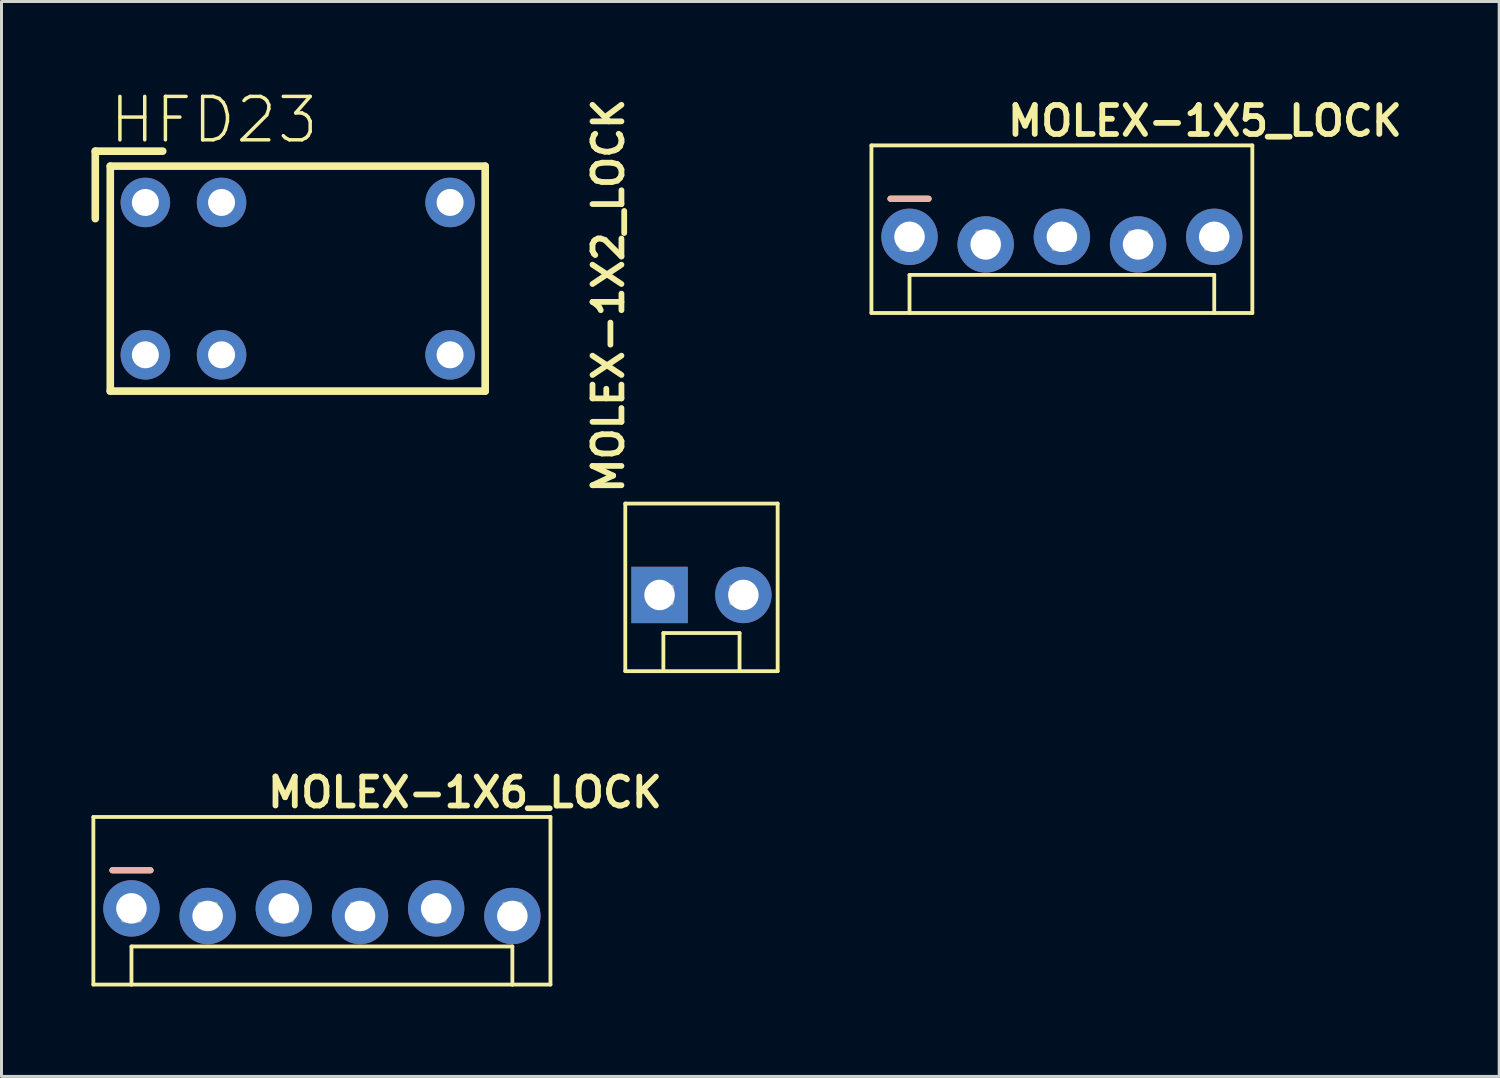
<source format=kicad_pcb>
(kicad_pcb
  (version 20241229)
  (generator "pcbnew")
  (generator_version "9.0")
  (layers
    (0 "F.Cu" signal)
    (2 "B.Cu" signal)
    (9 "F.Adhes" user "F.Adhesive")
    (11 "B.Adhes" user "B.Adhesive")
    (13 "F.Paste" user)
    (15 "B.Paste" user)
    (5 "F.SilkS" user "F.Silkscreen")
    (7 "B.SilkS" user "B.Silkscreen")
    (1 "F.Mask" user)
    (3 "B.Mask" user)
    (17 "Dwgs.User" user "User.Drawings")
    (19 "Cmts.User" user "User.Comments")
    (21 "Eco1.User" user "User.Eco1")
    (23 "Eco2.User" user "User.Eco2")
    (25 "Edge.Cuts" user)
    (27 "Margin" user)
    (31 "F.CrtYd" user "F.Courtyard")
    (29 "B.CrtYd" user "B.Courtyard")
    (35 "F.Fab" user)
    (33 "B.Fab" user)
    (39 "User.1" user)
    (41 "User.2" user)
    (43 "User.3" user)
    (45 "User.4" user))
  (footprint "MOLEX-1X6_LOCK"
    (layer "F.Cu")
    (at 1.333 27.237)
    (property "Reference" "MOLEX-1X6_LOCK" (at 4.445 -3.302 180) (layer "F.SilkS") (effects (font (size 0.965 0.965) (thickness 0.193)) (justify left bottom)))
    (attr through_hole)
    (fp_line (start -1.27 -3.048) (end -1.27 2.54) (stroke (width 0.127) (type solid)) (layer "F.SilkS"))
    (fp_line (start -0.635 -1.27) (end 0.635 -1.27) (stroke (width 0.203) (type solid)) (layer "F.SilkS"))
    (fp_line (start 0 1.27) (end 12.7 1.27) (stroke (width 0.127) (type solid)) (layer "F.SilkS"))
    (fp_line (start 0 2.54) (end -1.27 2.54) (stroke (width 0.127) (type solid)) (layer "F.SilkS"))
    (fp_line (start 0 2.54) (end 0 1.27) (stroke (width 0.127) (type solid)) (layer "F.SilkS"))
    (fp_line (start 12.7 1.27) (end 12.7 2.54) (stroke (width 0.127) (type solid)) (layer "F.SilkS"))
    (fp_line (start 12.7 2.54) (end 0 2.54) (stroke (width 0.127) (type solid)) (layer "F.SilkS"))
    (fp_line (start 13.97 -3.048) (end -1.27 -3.048) (stroke (width 0.127) (type solid)) (layer "F.SilkS"))
    (fp_line (start 13.97 -3.048) (end 13.97 2.54) (stroke (width 0.127) (type solid)) (layer "F.SilkS"))
    (fp_line (start 13.97 2.54) (end 12.7 2.54) (stroke (width 0.127) (type solid)) (layer "F.SilkS"))
    (fp_line (start 0.635 -1.27) (end -0.635 -1.27) (stroke (width 0.203) (type solid)) (layer "B.SilkS"))
    (fp_poly (pts (xy -0.292 0.419) (xy 0.292 0.419) (xy 0.292 -0.165) (xy -0.292 -0.165)) (stroke (width 0.1) (type solid)) (fill no) (layer "F.Fab"))
    (fp_poly (pts (xy 2.248 0.419) (xy 2.832 0.419) (xy 2.832 -0.165) (xy 2.248 -0.165)) (stroke (width 0.1) (type solid)) (fill no) (layer "F.Fab"))
    (fp_poly (pts (xy 4.788 0.419) (xy 5.372 0.419) (xy 5.372 -0.165) (xy 4.788 -0.165)) (stroke (width 0.1) (type solid)) (fill no) (layer "F.Fab"))
    (fp_poly (pts (xy 7.328 0.419) (xy 7.912 0.419) (xy 7.912 -0.165) (xy 7.328 -0.165)) (stroke (width 0.1) (type solid)) (fill no) (layer "F.Fab"))
    (fp_poly (pts (xy 9.868 0.419) (xy 10.452 0.419) (xy 10.452 -0.165) (xy 9.868 -0.165)) (stroke (width 0.1) (type solid)) (fill no) (layer "F.Fab"))
    (fp_poly (pts (xy 12.408 0.419) (xy 12.992 0.419) (xy 12.992 -0.165) (xy 12.408 -0.165)) (stroke (width 0.1) (type solid)) (fill no) (layer "F.Fab"))
    (pad "1" thru_hole circle (at 0 0) (size 1.88 1.88) (drill 1.016) (layers "*.Cu" "*.Mask"))
    (pad "2" thru_hole circle (at 2.54 0.254) (size 1.88 1.88) (drill 1.016) (layers "*.Cu" "*.Mask"))
    (pad "3" thru_hole circle (at 5.08 0) (size 1.88 1.88) (drill 1.016) (layers "*.Cu" "*.Mask"))
    (pad "4" thru_hole circle (at 7.62 0.254) (size 1.88 1.88) (drill 1.016) (layers "*.Cu" "*.Mask"))
    (pad "5" thru_hole circle (at 10.16 0) (size 1.88 1.88) (drill 1.016) (layers "*.Cu" "*.Mask"))
    (pad "6" thru_hole circle (at 12.7 0.254) (size 1.88 1.88) (drill 1.016) (layers "*.Cu" "*.Mask")))
  (footprint "MOLEX-1X2_LOCK"
    (layer "F.Cu")
    (at 19.068 16.787)
    (property "Reference" "MOLEX-1X2_LOCK" (at -1.27 -3.302 270) (layer "F.SilkS") (effects (font (size 0.965 0.965) (thickness 0.193)) (justify left bottom)))
    (attr through_hole)
    (fp_line (start -1.27 -3.048) (end -1.27 2.54) (stroke (width 0.127) (type solid)) (layer "F.SilkS"))
    (fp_line (start 0 1.27) (end 2.54 1.27) (stroke (width 0.127) (type solid)) (layer "F.SilkS"))
    (fp_line (start 0 2.54) (end -1.27 2.54) (stroke (width 0.127) (type solid)) (layer "F.SilkS"))
    (fp_line (start 0 2.54) (end 0 1.27) (stroke (width 0.127) (type solid)) (layer "F.SilkS"))
    (fp_line (start 2.54 1.27) (end 2.54 2.54) (stroke (width 0.127) (type solid)) (layer "F.SilkS"))
    (fp_line (start 2.54 2.54) (end 0 2.54) (stroke (width 0.127) (type solid)) (layer "F.SilkS"))
    (fp_line (start 3.81 -3.048) (end -1.27 -3.048) (stroke (width 0.127) (type solid)) (layer "F.SilkS"))
    (fp_line (start 3.81 -3.048) (end 3.81 2.54) (stroke (width 0.127) (type solid)) (layer "F.SilkS"))
    (fp_line (start 3.81 2.54) (end 2.54 2.54) (stroke (width 0.127) (type solid)) (layer "F.SilkS"))
    (fp_poly (pts (xy -0.292 0.292) (xy 0.292 0.292) (xy 0.292 -0.292) (xy -0.292 -0.292)) (stroke (width 0.1) (type solid)) (fill no) (layer "F.Fab"))
    (fp_poly (pts (xy 2.248 0.292) (xy 2.832 0.292) (xy 2.832 -0.292) (xy 2.248 -0.292)) (stroke (width 0.1) (type solid)) (fill no) (layer "F.Fab"))
    (pad "1" thru_hole rect (at -0.127 0) (size 1.88 1.88) (drill 1.016) (layers "*.Cu" "*.Mask"))
    (pad "2" thru_hole circle (at 2.667 0) (size 1.88 1.88) (drill 1.016) (layers "*.Cu" "*.Mask")))
  (footprint "HFD23"
    (layer "F.Cu")
    (at 6.877 6.24)
    (property "Reference" "HFD23" (at -6.35 -4.445 0) (layer "F.SilkS") (effects (font (size 1.448 1.448) (thickness 0.116)) (justify left bottom)))
    (attr through_hole)
    (fp_line (start -6.75 -4.25) (end -6.75 -2) (stroke (width 0.254) (type solid)) (layer "F.SilkS"))
    (fp_line (start -6.25 -3.75) (end 6.25 -3.75) (stroke (width 0.254) (type solid)) (layer "F.SilkS"))
    (fp_line (start -6.25 3.75) (end -6.25 -3.75) (stroke (width 0.254) (type solid)) (layer "F.SilkS"))
    (fp_line (start -4.5 -4.25) (end -6.75 -4.25) (stroke (width 0.254) (type solid)) (layer "F.SilkS"))
    (fp_line (start 6.25 -3.75) (end 6.25 3.75) (stroke (width 0.254) (type solid)) (layer "F.SilkS"))
    (fp_line (start 6.25 3.75) (end -6.25 3.75) (stroke (width 0.254) (type solid)) (layer "F.SilkS"))
    (pad "1" thru_hole circle (at -5.08 -2.54) (size 1.651 1.651) (drill 0.9) (layers "*.Cu" "*.Mask"))
    (pad "2" thru_hole circle (at -2.54 -2.54) (size 1.651 1.651) (drill 0.9) (layers "*.Cu" "*.Mask"))
    (pad "3" thru_hole circle (at 5.08 -2.54) (size 1.651 1.651) (drill 0.9) (layers "*.Cu" "*.Mask"))
    (pad "4" thru_hole circle (at 5.08 2.54) (size 1.651 1.651) (drill 0.9) (layers "*.Cu" "*.Mask"))
    (pad "5" thru_hole circle (at -2.54 2.54) (size 1.651 1.651) (drill 0.9) (layers "*.Cu" "*.Mask"))
    (pad "6" thru_hole circle (at -5.08 2.54) (size 1.651 1.651) (drill 0.9) (layers "*.Cu" "*.Mask")))
  (footprint "MOLEX-1X5_LOCK"
    (layer "F.Cu")
    (at 27.275 4.846)
    (property "Reference" "MOLEX-1X5_LOCK" (at 3.175 -3.302 180) (layer "F.SilkS") (effects (font (size 0.965 0.965) (thickness 0.193)) (justify left bottom)))
    (attr through_hole)
    (fp_line (start -1.27 -3.048) (end -1.27 2.54) (stroke (width 0.127) (type solid)) (layer "F.SilkS"))
    (fp_line (start -0.635 -1.27) (end 0.635 -1.27) (stroke (width 0.203) (type solid)) (layer "F.SilkS"))
    (fp_line (start 0 1.27) (end 10.16 1.27) (stroke (width 0.127) (type solid)) (layer "F.SilkS"))
    (fp_line (start 0 2.54) (end -1.27 2.54) (stroke (width 0.127) (type solid)) (layer "F.SilkS"))
    (fp_line (start 0 2.54) (end 0 1.27) (stroke (width 0.127) (type solid)) (layer "F.SilkS"))
    (fp_line (start 10.16 1.27) (end 10.16 2.54) (stroke (width 0.127) (type solid)) (layer "F.SilkS"))
    (fp_line (start 10.16 2.54) (end 0 2.54) (stroke (width 0.127) (type solid)) (layer "F.SilkS"))
    (fp_line (start 11.43 -3.048) (end -1.27 -3.048) (stroke (width 0.127) (type solid)) (layer "F.SilkS"))
    (fp_line (start 11.43 -3.048) (end 11.43 2.54) (stroke (width 0.127) (type solid)) (layer "F.SilkS"))
    (fp_line (start 11.43 2.54) (end 10.16 2.54) (stroke (width 0.127) (type solid)) (layer "F.SilkS"))
    (fp_line (start 0.635 -1.27) (end -0.635 -1.27) (stroke (width 0.203) (type solid)) (layer "B.SilkS"))
    (fp_poly (pts (xy -0.292 0.419) (xy 0.292 0.419) (xy 0.292 -0.165) (xy -0.292 -0.165)) (stroke (width 0.1) (type solid)) (fill no) (layer "F.Fab"))
    (fp_poly (pts (xy 2.248 0.419) (xy 2.832 0.419) (xy 2.832 -0.165) (xy 2.248 -0.165)) (stroke (width 0.1) (type solid)) (fill no) (layer "F.Fab"))
    (fp_poly (pts (xy 4.788 0.419) (xy 5.372 0.419) (xy 5.372 -0.165) (xy 4.788 -0.165)) (stroke (width 0.1) (type solid)) (fill no) (layer "F.Fab"))
    (fp_poly (pts (xy 7.328 0.419) (xy 7.912 0.419) (xy 7.912 -0.165) (xy 7.328 -0.165)) (stroke (width 0.1) (type solid)) (fill no) (layer "F.Fab"))
    (fp_poly (pts (xy 9.868 0.419) (xy 10.452 0.419) (xy 10.452 -0.165) (xy 9.868 -0.165)) (stroke (width 0.1) (type solid)) (fill no) (layer "F.Fab"))
    (pad "1" thru_hole circle (at 0 0) (size 1.88 1.88) (drill 1.016) (layers "*.Cu" "*.Mask"))
    (pad "2" thru_hole circle (at 2.54 0.254) (size 1.88 1.88) (drill 1.016) (layers "*.Cu" "*.Mask"))
    (pad "3" thru_hole circle (at 5.08 0) (size 1.88 1.88) (drill 1.016) (layers "*.Cu" "*.Mask"))
    (pad "4" thru_hole circle (at 7.62 0.254) (size 1.88 1.88) (drill 1.016) (layers "*.Cu" "*.Mask"))
    (pad "5" thru_hole circle (at 10.16 0) (size 1.88 1.88) (drill 1.016) (layers "*.Cu" "*.Mask")))
  (gr_rect
    (start -3 -3)
    (end 46.936 32.841)
    (stroke (width 0.1) (type default))
    (fill no)
    (layer "Edge.Cuts")))
</source>
